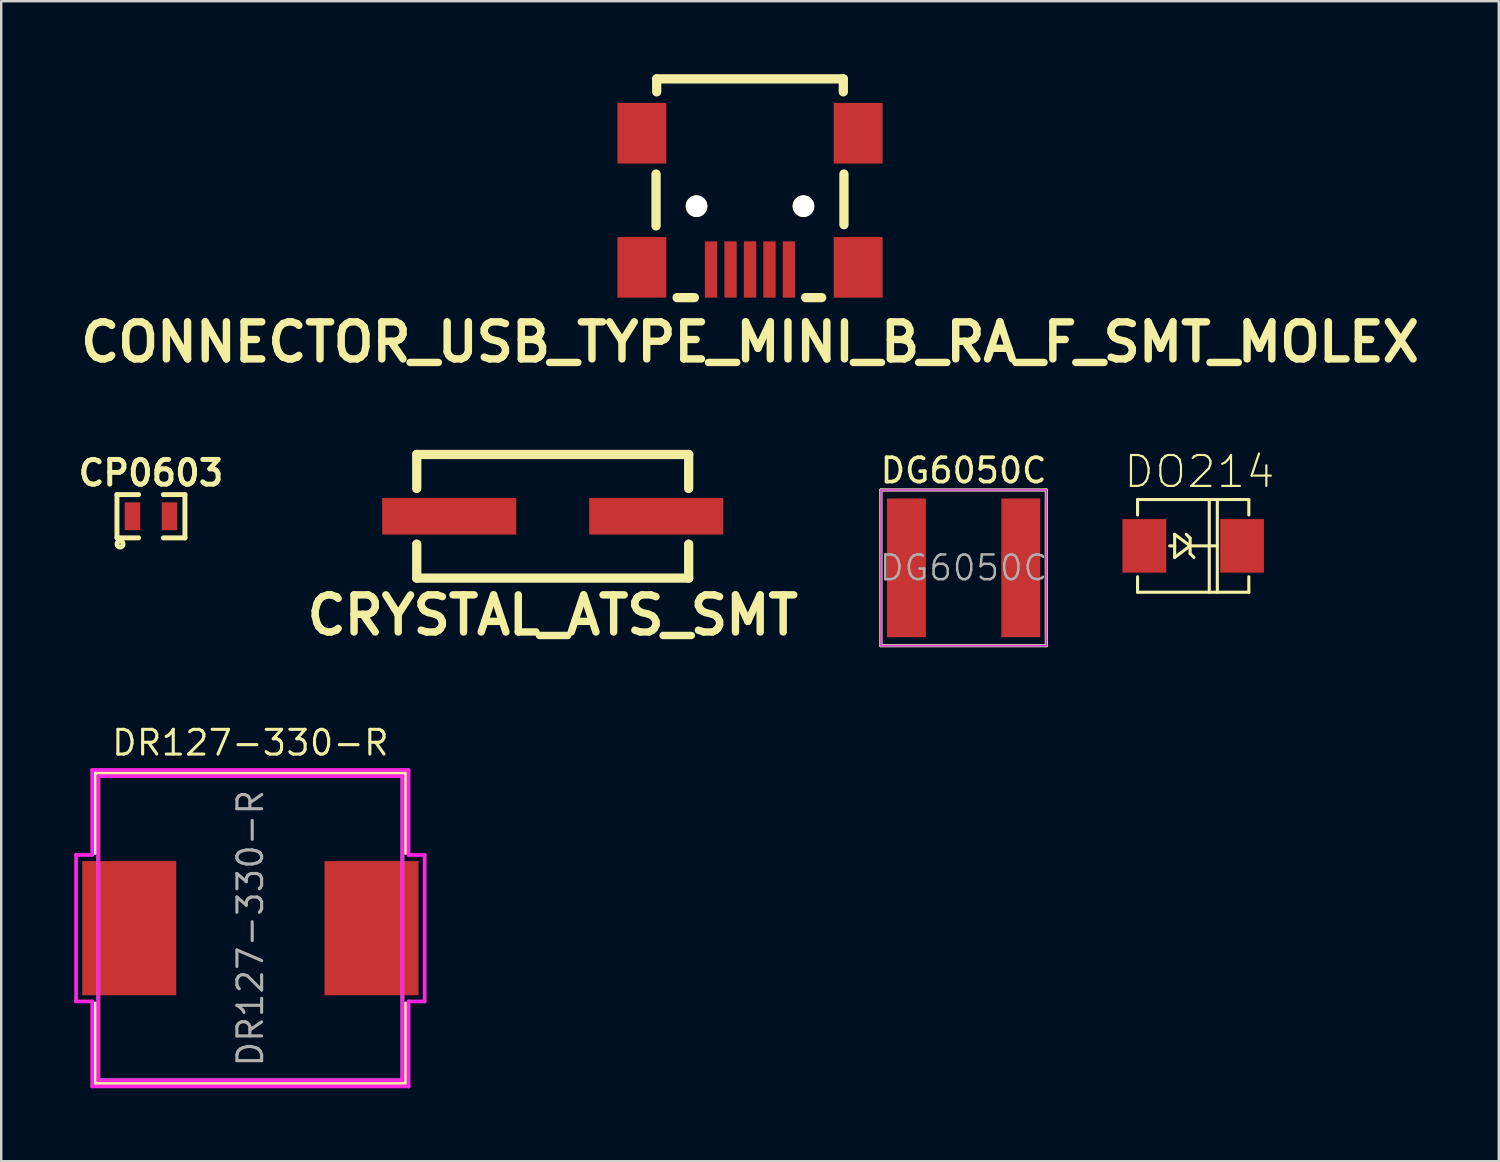
<source format=kicad_pcb>
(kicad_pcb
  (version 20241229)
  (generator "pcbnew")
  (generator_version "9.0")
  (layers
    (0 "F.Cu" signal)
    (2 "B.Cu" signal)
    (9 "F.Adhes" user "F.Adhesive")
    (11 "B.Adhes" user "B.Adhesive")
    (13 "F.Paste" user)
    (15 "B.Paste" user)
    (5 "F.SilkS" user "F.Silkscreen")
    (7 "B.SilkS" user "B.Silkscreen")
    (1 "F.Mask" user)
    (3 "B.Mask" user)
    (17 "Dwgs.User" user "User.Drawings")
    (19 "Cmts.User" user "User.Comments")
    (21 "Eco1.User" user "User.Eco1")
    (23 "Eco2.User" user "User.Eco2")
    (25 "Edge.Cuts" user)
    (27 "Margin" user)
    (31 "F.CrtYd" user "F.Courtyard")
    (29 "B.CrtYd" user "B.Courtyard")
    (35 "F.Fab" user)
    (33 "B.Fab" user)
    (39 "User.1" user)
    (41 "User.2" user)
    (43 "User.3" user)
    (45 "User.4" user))
  (footprint "CP0603"
    (layer "F.Cu")
    (at 3.154 18.166)
    (property "Reference" "CP0603" (at 0 -1.778 0) (layer "F.SilkS") (effects (font (size 1.016 1.016) (thickness 0.203))))
    (attr smd)
    (fp_line (start -1.397 -0.889) (end -1.397 0.889) (stroke (width 0.203) (type solid)) (layer "F.SilkS"))
    (fp_line (start -0.508 -0.889) (end -1.397 -0.889) (stroke (width 0.203) (type solid)) (layer "F.SilkS"))
    (fp_line (start -0.508 0.889) (end -1.397 0.889) (stroke (width 0.203) (type solid)) (layer "F.SilkS"))
    (fp_line (start 0.508 -0.889) (end 1.397 -0.889) (stroke (width 0.203) (type solid)) (layer "F.SilkS"))
    (fp_line (start 1.397 -0.889) (end 1.397 0.889) (stroke (width 0.203) (type solid)) (layer "F.SilkS"))
    (fp_line (start 1.397 0.889) (end 0.508 0.889) (stroke (width 0.203) (type solid)) (layer "F.SilkS"))
    (fp_circle (center -1.27 1.143) (end -1.27 1.27) (stroke (width 0.203) (type solid)) (fill no) (layer "F.SilkS"))
    (pad "1" smd rect (at -0.762 0) (size 0.635 1.143) (layers "F.Cu" "F.Mask" "F.Paste"))
    (pad "2" smd rect (at 0.762 0) (size 0.635 1.143) (layers "F.Cu" "F.Mask" "F.Paste")))
  (footprint "CONNECTOR_USB_TYPE_MINI_B_RA_F_SMT_MOLEX"
    (layer "F.Cu")
    (at 27.773 5.423)
    (property "Reference" "CONNECTOR_USB_TYPE_MINI_B_RA_F_SMT_MOLEX" (at 0 5.588 0) (layer "F.SilkS") (effects (font (size 1.524 1.524) (thickness 0.305))))
    (attr through_hole)
    (fp_line (start -3.861 -1.321) (end -3.861 0.813) (stroke (width 0.381) (type solid)) (layer "F.SilkS"))
    (fp_line (start -3.835 -5.232) (end -3.835 -4.699) (stroke (width 0.381) (type solid)) (layer "F.SilkS"))
    (fp_line (start -3.835 -5.232) (end 3.835 -5.232) (stroke (width 0.381) (type solid)) (layer "F.SilkS"))
    (fp_line (start -2.997 3.759) (end -2.286 3.759) (stroke (width 0.381) (type solid)) (layer "F.SilkS"))
    (fp_line (start 2.286 3.759) (end 2.946 3.759) (stroke (width 0.381) (type solid)) (layer "F.SilkS"))
    (fp_line (start 3.835 -5.232) (end 3.835 -4.699) (stroke (width 0.381) (type solid)) (layer "F.SilkS"))
    (fp_line (start 3.861 -1.321) (end 3.861 0.762) (stroke (width 0.381) (type solid)) (layer "F.SilkS"))
    (pad "" np_thru_hole circle (at -2.197 0) (size 0.889 0.889) (drill 0.889) (layers "*.Cu" "*.Mask" "F.SilkS"))
    (pad "" np_thru_hole circle (at 2.197 0) (size 0.889 0.889) (drill 0.889) (layers "*.Cu" "*.Mask" "F.SilkS"))
    (pad "1" smd rect (at 1.6 2.603) (size 0.508 2.311) (layers "F.Cu" "F.Mask" "F.Paste"))
    (pad "2" smd rect (at 0.8 2.603) (size 0.508 2.311) (layers "F.Cu" "F.Mask" "F.Paste"))
    (pad "3" smd rect (at 0 2.603) (size 0.508 2.311) (layers "F.Cu" "F.Mask" "F.Paste"))
    (pad "4" smd rect (at -0.8 2.603) (size 0.508 2.311) (layers "F.Cu" "F.Mask" "F.Paste"))
    (pad "5" smd rect (at -1.6 2.603) (size 0.508 2.311) (layers "F.Cu" "F.Mask" "F.Paste"))
    (pad "6" smd rect (at -4.445 2.515) (size 2.007 2.489) (layers "F.Cu" "F.Mask" "F.Paste"))
    (pad "7" smd rect (at -4.445 -2.997) (size 2.007 2.489) (layers "F.Cu" "F.Mask" "F.Paste"))
    (pad "8" smd rect (at 4.445 -2.997) (size 2.007 2.489) (layers "F.Cu" "F.Mask" "F.Paste"))
    (pad "9" smd rect (at 4.445 2.515) (size 2.007 2.489) (layers "F.Cu" "F.Mask" "F.Paste")))
  (footprint "DR127-330-R"
    (layer "F.Cu")
    (at 7.239 35.096)
    (property "Reference" "DR127-330-R" (at 0 -7.62 0) (layer "F.SilkS") (effects (font (size 1.016 1.016) (thickness 0.127))))
    (attr through_hole)
    (fp_line (start -6.375 -6.375) (end -6.375 -3.089) (stroke (width 0.152) (type solid)) (layer "F.SilkS"))
    (fp_line (start -6.375 3.089) (end -6.375 6.375) (stroke (width 0.152) (type solid)) (layer "F.SilkS"))
    (fp_line (start -6.375 6.375) (end 6.375 6.375) (stroke (width 0.152) (type solid)) (layer "F.SilkS"))
    (fp_line (start 6.375 -6.375) (end -6.375 -6.375) (stroke (width 0.152) (type solid)) (layer "F.SilkS"))
    (fp_line (start 6.375 -3.089) (end 6.375 -6.375) (stroke (width 0.152) (type solid)) (layer "F.SilkS"))
    (fp_line (start 6.375 6.375) (end 6.375 3.089) (stroke (width 0.152) (type solid)) (layer "F.SilkS"))
    (fp_line (start -7.163 -3.01) (end -6.502 -3.01) (stroke (width 0.152) (type solid)) (layer "F.CrtYd"))
    (fp_line (start -7.163 3.01) (end -7.163 -3.01) (stroke (width 0.152) (type solid)) (layer "F.CrtYd"))
    (fp_line (start -6.502 -6.502) (end 6.502 -6.502) (stroke (width 0.152) (type solid)) (layer "F.CrtYd"))
    (fp_line (start -6.502 -3.01) (end -6.502 -6.502) (stroke (width 0.152) (type solid)) (layer "F.CrtYd"))
    (fp_line (start -6.502 3.01) (end -7.163 3.01) (stroke (width 0.152) (type solid)) (layer "F.CrtYd"))
    (fp_line (start -6.502 6.502) (end -6.502 3.01) (stroke (width 0.152) (type solid)) (layer "F.CrtYd"))
    (fp_line (start -6.248 -6.248) (end 6.248 -6.248) (stroke (width 0.152) (type solid)) (layer "F.CrtYd"))
    (fp_line (start -6.248 6.248) (end -6.248 -6.248) (stroke (width 0.152) (type solid)) (layer "F.CrtYd"))
    (fp_line (start 6.248 -6.248) (end 6.248 6.248) (stroke (width 0.152) (type solid)) (layer "F.CrtYd"))
    (fp_line (start 6.248 6.248) (end -6.248 6.248) (stroke (width 0.152) (type solid)) (layer "F.CrtYd"))
    (fp_line (start 6.502 -6.502) (end 6.502 -3.01) (stroke (width 0.152) (type solid)) (layer "F.CrtYd"))
    (fp_line (start 6.502 -3.01) (end 7.163 -3.01) (stroke (width 0.152) (type solid)) (layer "F.CrtYd"))
    (fp_line (start 6.502 3.01) (end 6.502 6.502) (stroke (width 0.152) (type solid)) (layer "F.CrtYd"))
    (fp_line (start 6.502 6.502) (end -6.502 6.502) (stroke (width 0.152) (type solid)) (layer "F.CrtYd"))
    (fp_line (start 6.502 6.502) (end 6.502 6.502) (stroke (width 0.152) (type solid)) (layer "F.CrtYd"))
    (fp_line (start 7.163 -3.01) (end 7.163 3.01) (stroke (width 0.152) (type solid)) (layer "F.CrtYd"))
    (fp_line (start 7.163 3.01) (end 6.502 3.01) (stroke (width 0.152) (type solid)) (layer "F.CrtYd"))
    (fp_line (start -6.248 -6.248) (end -6.248 6.248) (stroke (width 0.152) (type solid)) (layer "F.Fab"))
    (fp_line (start -6.248 6.248) (end 6.248 6.248) (stroke (width 0.152) (type solid)) (layer "F.Fab"))
    (fp_line (start 6.248 -6.248) (end -6.248 -6.248) (stroke (width 0.152) (type solid)) (layer "F.Fab"))
    (fp_line (start 6.248 6.248) (end 6.248 -6.248) (stroke (width 0.152) (type solid)) (layer "F.Fab"))
    (fp_text user "${REFERENCE}" (at 0 0 90) (layer "F.Fab") (effects (font (size 1.016 1.016) (thickness 0.127))))
    (pad "1" smd rect (at -4.978 0) (size 3.861 5.512) (layers "F.Cu" "F.Mask" "F.Paste"))
    (pad "2" smd rect (at 4.978 0) (size 3.861 5.512) (layers "F.Cu" "F.Mask" "F.Paste")))
  (footprint "DO214"
    (layer "F.Cu")
    (at 45.987 19.384)
    (property "Reference" "DO214" (at 0.254 -3.048 0) (layer "F.SilkS") (effects (font (size 1.27 1.27) (thickness 0.089))))
    (attr smd)
    (fp_line (start -2.286 -1.905) (end 2.286 -1.905) (stroke (width 0.127) (type solid)) (layer "F.SilkS"))
    (fp_line (start -2.286 -1.27) (end -2.286 -1.905) (stroke (width 0.127) (type solid)) (layer "F.SilkS"))
    (fp_line (start -2.286 1.27) (end -2.286 1.905) (stroke (width 0.127) (type solid)) (layer "F.SilkS"))
    (fp_line (start -2.286 1.905) (end 2.286 1.905) (stroke (width 0.127) (type solid)) (layer "F.SilkS"))
    (fp_line (start -0.762 -0.475) (end -0.762 0) (stroke (width 0.127) (type solid)) (layer "F.SilkS"))
    (fp_line (start -0.762 0) (end -0.965 0) (stroke (width 0.127) (type solid)) (layer "F.SilkS"))
    (fp_line (start -0.762 0) (end -0.762 0.475) (stroke (width 0.127) (type solid)) (layer "F.SilkS"))
    (fp_line (start -0.762 0.475) (end -0.127 0) (stroke (width 0.127) (type solid)) (layer "F.SilkS"))
    (fp_line (start -0.127 -0.318) (end -0.284 -0.475) (stroke (width 0.127) (type solid)) (layer "F.SilkS"))
    (fp_line (start -0.127 0) (end -0.762 -0.475) (stroke (width 0.127) (type solid)) (layer "F.SilkS"))
    (fp_line (start -0.127 0) (end -0.127 -0.318) (stroke (width 0.127) (type solid)) (layer "F.SilkS"))
    (fp_line (start -0.127 0) (end -0.127 0.318) (stroke (width 0.127) (type solid)) (layer "F.SilkS"))
    (fp_line (start -0.127 0) (end 0.983 0) (stroke (width 0.127) (type solid)) (layer "F.SilkS"))
    (fp_line (start -0.127 0.318) (end 0.03 0.475) (stroke (width 0.127) (type solid)) (layer "F.SilkS"))
    (fp_line (start 0.66 1.905) (end 0.66 -1.905) (stroke (width 0.127) (type solid)) (layer "F.SilkS"))
    (fp_line (start 0.991 1.905) (end 0.991 -1.905) (stroke (width 0.127) (type solid)) (layer "F.SilkS"))
    (fp_line (start 2.286 -1.905) (end 2.286 -1.27) (stroke (width 0.127) (type solid)) (layer "F.SilkS"))
    (fp_line (start 2.286 1.905) (end 2.286 1.27) (stroke (width 0.127) (type solid)) (layer "F.SilkS"))
    (pad "1" smd rect (at -2.007 0) (size 1.801 2.2) (layers "F.Cu" "F.Mask" "F.Paste"))
    (pad "2" smd rect (at 2.007 0) (size 1.801 2.2) (layers "F.Cu" "F.Mask" "F.Paste")))
  (footprint "CRYSTAL_ATS_SMT"
    (layer "F.Cu")
    (at 19.665 18.168)
    (property "Reference" "CRYSTAL_ATS_SMT" (at 0 4.064 0) (layer "F.SilkS") (effects (font (size 1.524 1.524) (thickness 0.305))))
    (attr through_hole)
    (fp_line (start -5.588 -2.54) (end -5.588 -1.143) (stroke (width 0.381) (type solid)) (layer "F.SilkS"))
    (fp_line (start -5.588 1.143) (end -5.588 2.54) (stroke (width 0.381) (type solid)) (layer "F.SilkS"))
    (fp_line (start -5.588 2.54) (end 5.588 2.54) (stroke (width 0.381) (type solid)) (layer "F.SilkS"))
    (fp_line (start 5.588 -2.54) (end -5.588 -2.54) (stroke (width 0.381) (type solid)) (layer "F.SilkS"))
    (fp_line (start 5.588 -1.143) (end 5.588 -2.54) (stroke (width 0.381) (type solid)) (layer "F.SilkS"))
    (fp_line (start 5.588 2.54) (end 5.588 1.143) (stroke (width 0.381) (type solid)) (layer "F.SilkS"))
    (pad "1" smd rect (at -4.255 0) (size 5.512 1.499) (layers "F.Cu" "F.Mask" "F.Paste"))
    (pad "2" smd rect (at 4.255 0) (size 5.512 1.499) (layers "F.Cu" "F.Mask" "F.Paste")))
  (footprint "DG6050C"
    (layer "F.Cu")
    (at 36.551 20.286)
    (property "Reference" "DG6050C" (at 0 -4 0) (layer "F.SilkS") (effects (font (size 1 1) (thickness 0.15))))
    (attr smd)
    (fp_line (start -3.4 -3.2) (end -3.4 3.2) (stroke (width 0.13) (type solid)) (layer "F.SilkS"))
    (fp_line (start -3.4 -3.2) (end 3.4 -3.2) (stroke (width 0.127) (type solid)) (layer "F.SilkS"))
    (fp_line (start -3.4 3.2) (end 3.4 3.2) (stroke (width 0.127) (type solid)) (layer "F.SilkS"))
    (fp_line (start 3.4 3.2) (end 3.4 -3.2) (stroke (width 0.13) (type solid)) (layer "F.SilkS"))
    (fp_line (start -3.4 -3.2) (end -3.4 3.2) (stroke (width 0.051) (type solid)) (layer "F.CrtYd"))
    (fp_line (start -3.4 -3.2) (end 3.4 -3.2) (stroke (width 0.051) (type solid)) (layer "F.CrtYd"))
    (fp_line (start -3.4 3.2) (end 3.4 3.2) (stroke (width 0.051) (type solid)) (layer "F.CrtYd"))
    (fp_line (start 3.4 3.2) (end 3.4 -3.2) (stroke (width 0.051) (type solid)) (layer "F.CrtYd"))
    (fp_line (start -3.4 -3.2) (end -3.4 3.2) (stroke (width 0.102) (type solid)) (layer "F.Fab"))
    (fp_line (start -3.4 -3.2) (end 3.4 -3.2) (stroke (width 0.102) (type solid)) (layer "F.Fab"))
    (fp_line (start -3.4 3.2) (end 3.4 3.2) (stroke (width 0.102) (type solid)) (layer "F.Fab"))
    (fp_line (start 3.4 3.2) (end 3.4 -3.2) (stroke (width 0.102) (type solid)) (layer "F.Fab"))
    (fp_text user "${REFERENCE}" (at 0 0 0) (layer "F.Fab") (effects (font (size 1.016 1.016) (thickness 0.102))))
    (pad "1" smd rect (at -2.35 0) (size 1.6 5.7) (layers "F.Cu" "F.Mask" "F.Paste"))
    (pad "2" smd rect (at 2.35 0) (size 1.6 5.7) (layers "F.Cu" "F.Mask" "F.Paste")))
  (gr_rect
    (start -3 -3)
    (end 58.546 44.674)
    (stroke (width 0.1) (type default))
    (fill no)
    (layer "Edge.Cuts")))
</source>
